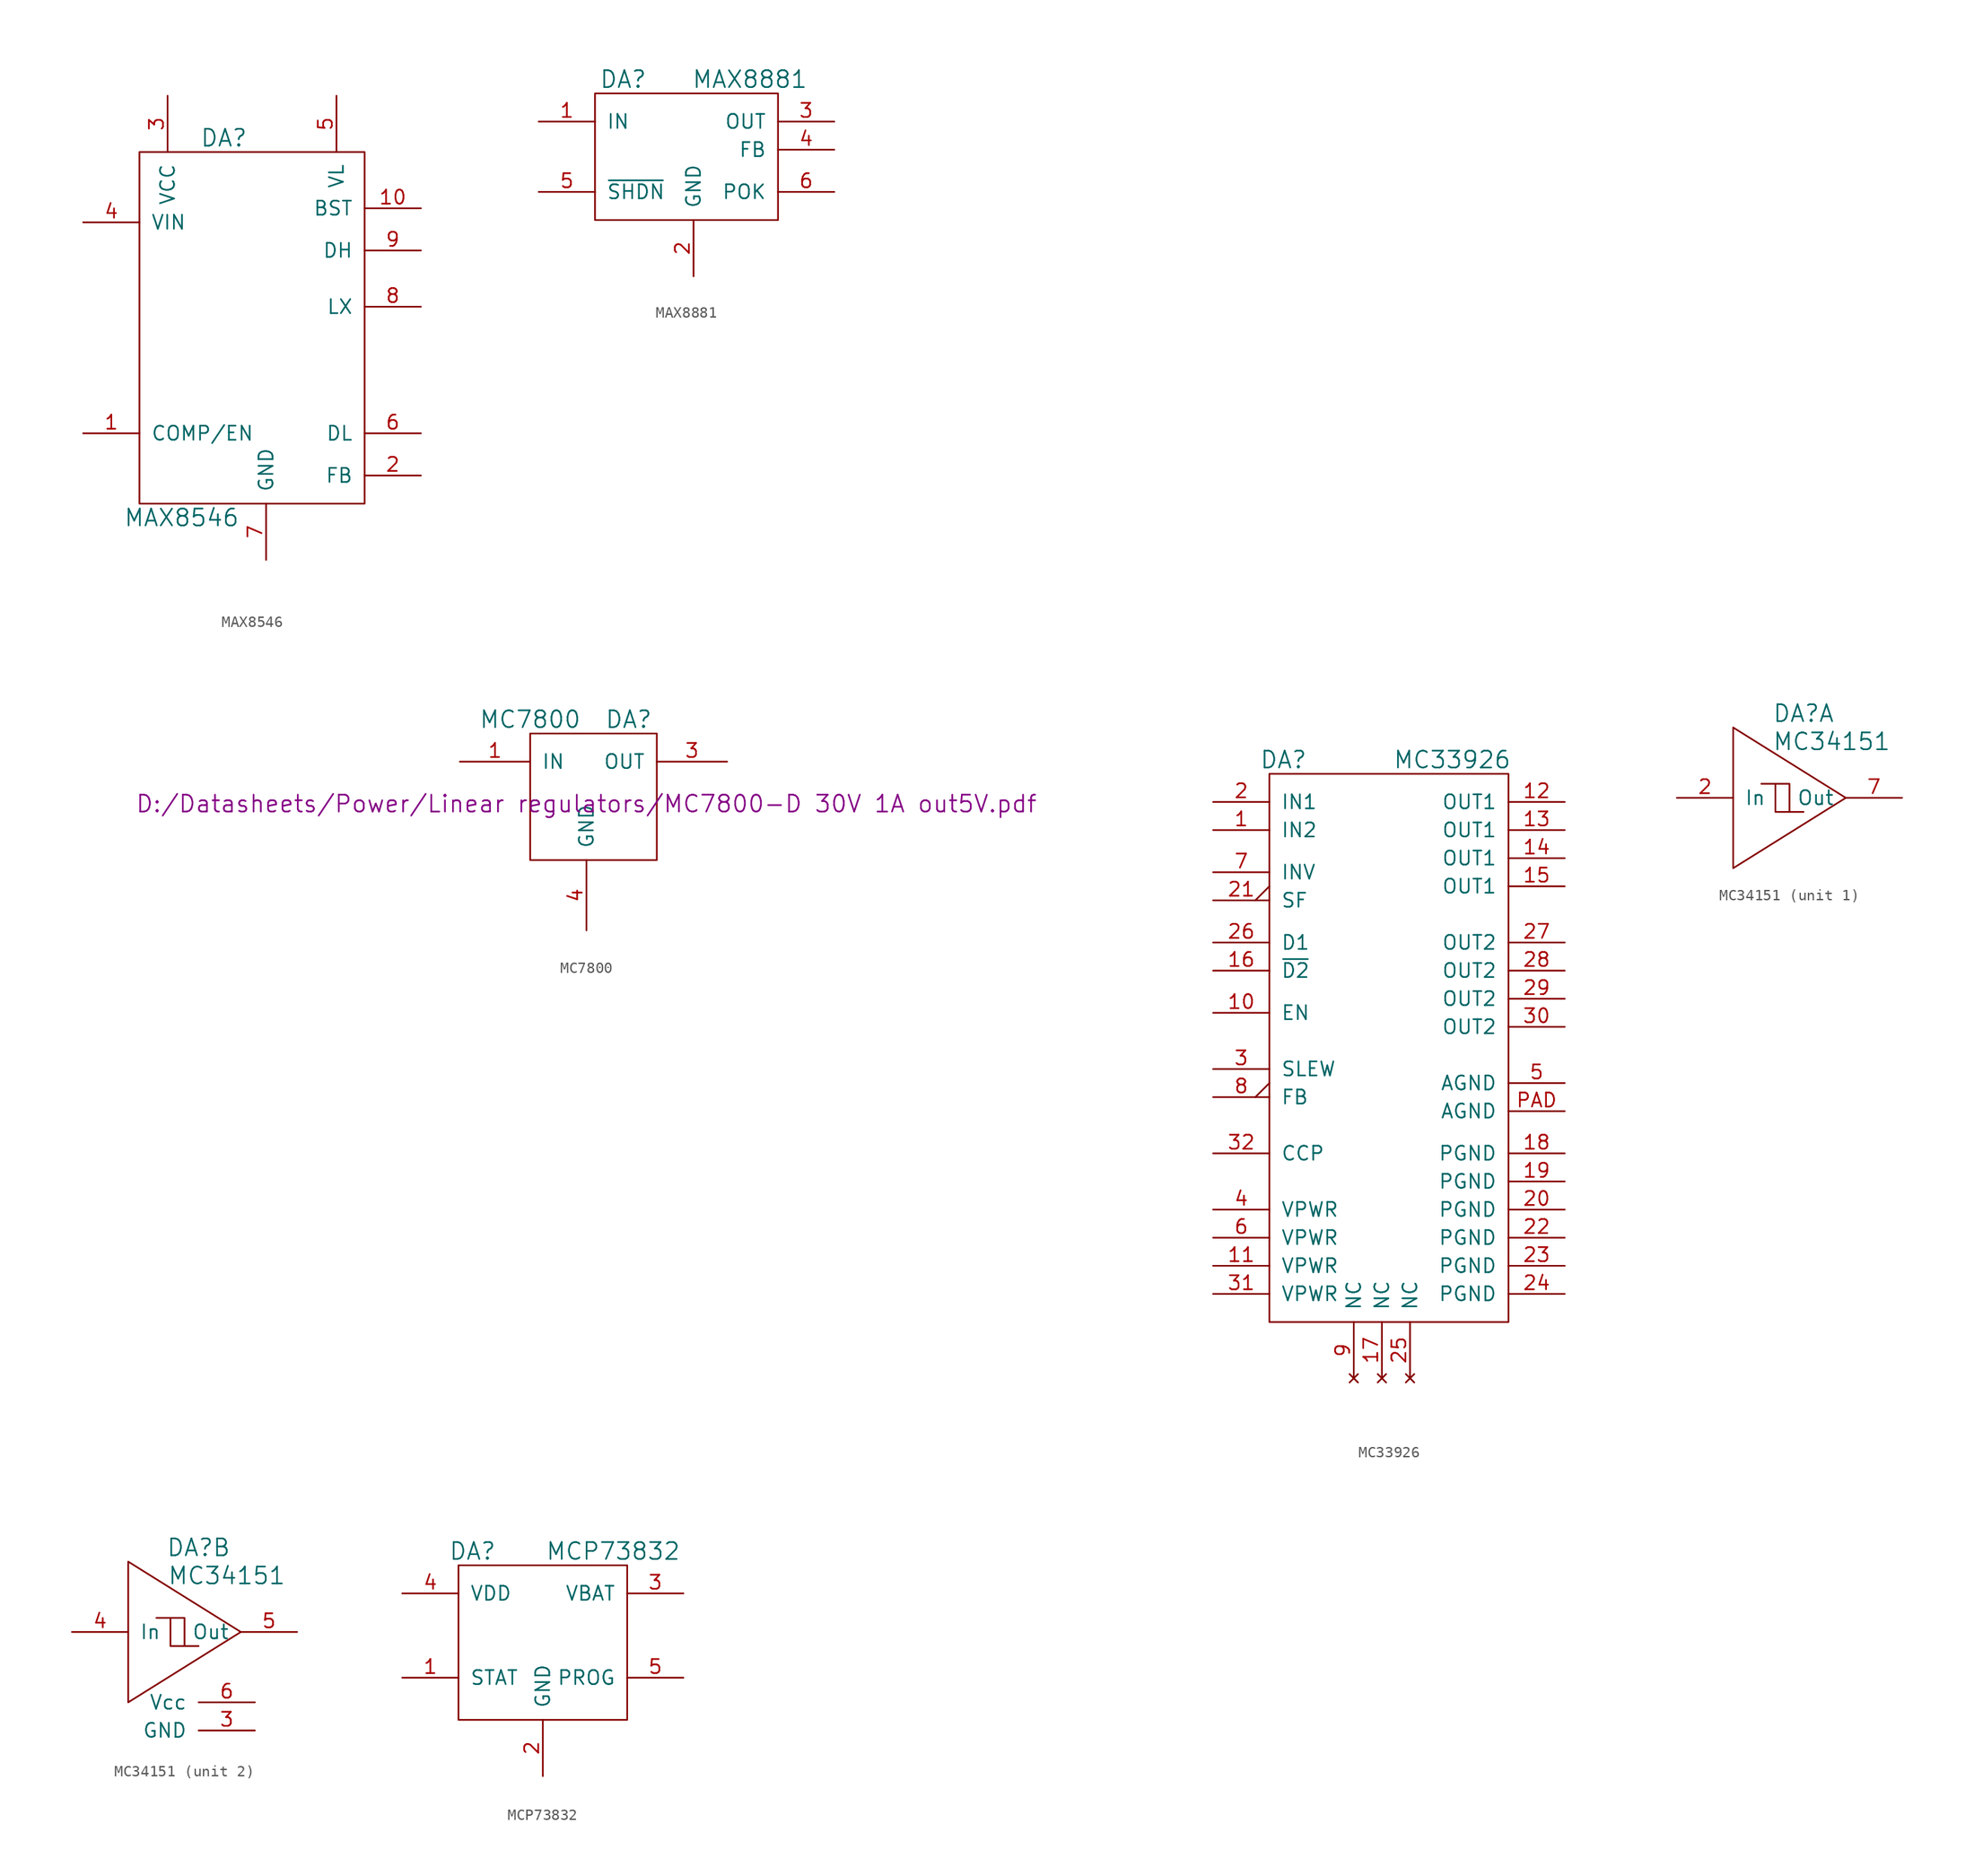
<source format=kicad_sym>
(kicad_symbol_lib
  (version 20231120)
  (generator "kicad_symbol_editor")
  (generator_version "8.0")
  (symbol "MAX8546"
    (pin_names
      (offset 1.016))
    (property "Reference" "DA"
      (at -3.81 16.51 0)
      (effects (font (size 1.524 1.524))))
    (property "Value" "MAX8546"
      (at -7.62 -17.78 0)
      (effects (font (size 1.524 1.524))))
    (property "Datasheet" ""
      (at 0 0 0)
      (effects (font (size 1.524 1.524))))
    (symbol "MAX8546_0_1"
      (rectangle (start -11.43 15.24) (end 8.89 -16.51) (stroke (width 0) (type default)) (fill (type none))))
    (symbol "MAX8546_1_1"
      (pin passive line (at -16.51 -10.16 0) (length 5.08) (name "COMP/EN" (effects (font (size 1.27 1.27)))) (number "1" (effects (font (size 1.27 1.27)))))
      (pin passive line (at 13.97 10.16 180) (length 5.08) (name "BST" (effects (font (size 1.27 1.27)))) (number "10" (effects (font (size 1.27 1.27)))))
      (pin passive line (at 13.97 -13.97 180) (length 5.08) (name "FB" (effects (font (size 1.27 1.27)))) (number "2" (effects (font (size 1.27 1.27)))))
      (pin passive line (at -8.89 20.32 270) (length 5.08) (name "VCC" (effects (font (size 1.27 1.27)))) (number "3" (effects (font (size 1.27 1.27)))))
      (pin passive line (at -16.51 8.89 0) (length 5.08) (name "VIN" (effects (font (size 1.27 1.27)))) (number "4" (effects (font (size 1.27 1.27)))))
      (pin passive line (at 6.35 20.32 270) (length 5.08) (name "VL" (effects (font (size 1.27 1.27)))) (number "5" (effects (font (size 1.27 1.27)))))
      (pin passive line (at 13.97 -10.16 180) (length 5.08) (name "DL" (effects (font (size 1.27 1.27)))) (number "6" (effects (font (size 1.27 1.27)))))
      (pin passive line (at 0 -21.59 90) (length 5.08) (name "GND" (effects (font (size 1.27 1.27)))) (number "7" (effects (font (size 1.27 1.27)))))
      (pin passive line (at 13.97 1.27 180) (length 5.08) (name "LX" (effects (font (size 1.27 1.27)))) (number "8" (effects (font (size 1.27 1.27)))))
      (pin passive line (at 13.97 6.35 180) (length 5.08) (name "DH" (effects (font (size 1.27 1.27)))) (number "9" (effects (font (size 1.27 1.27)))))))
  (symbol "MAX8881"
    (pin_names
      (offset 1.016))
    (property "Reference" "DA"
      (at -5.08 6.35 0)
      (effects (font (size 1.524 1.524))))
    (property "Value" "MAX8881"
      (at 6.35 6.35 0)
      (effects (font (size 1.524 1.524))))
    (property "Footprint" ""
      (at 0 0 0)
      (effects (font (size 1.524 1.524))))
    (property "Datasheet" ""
      (at 0 0 0)
      (effects (font (size 1.524 1.524))))
    (symbol "MAX8881_0_1"
      (rectangle (start -7.62 5.08) (end 8.89 -6.35) (stroke (width 0) (type default)) (fill (type none))))
    (symbol "MAX8881_1_1"
      (pin power_in line (at -12.7 2.54 0) (length 5.08) (name "IN" (effects (font (size 1.27 1.27)))) (number "1" (effects (font (size 1.27 1.27)))))
      (pin power_in line (at 1.27 -11.43 90) (length 5.08) (name "GND" (effects (font (size 1.27 1.27)))) (number "2" (effects (font (size 1.27 1.27)))))
      (pin power_out line (at 13.97 2.54 180) (length 5.08) (name "OUT" (effects (font (size 1.27 1.27)))) (number "3" (effects (font (size 1.27 1.27)))))
      (pin passive line (at 13.97 0 180) (length 5.08) (name "FB" (effects (font (size 1.27 1.27)))) (number "4" (effects (font (size 1.27 1.27)))))
      (pin passive line (at -12.7 -3.81 0) (length 5.08) (name "~{SHDN}" (effects (font (size 1.27 1.27)))) (number "5" (effects (font (size 1.27 1.27)))))
      (pin passive line (at 13.97 -3.81 180) (length 5.08) (name "POK" (effects (font (size 1.27 1.27)))) (number "6" (effects (font (size 1.27 1.27)))))))
  (symbol "MC7800"
    (pin_names
      (offset 1.016))
    (property "Reference" "DA"
      (at 3.81 7.62 0)
      (effects (font (size 1.524 1.524))))
    (property "Value" "MC7800"
      (at -5.08 7.62 0)
      (effects (font (size 1.524 1.524))))
    (property "Footprint" ""
      (at 0 0 0)
      (effects (font (size 1.524 1.524))))
    (property "Datasheet" "D:/Datasheets/Power/Linear regulators/MC7800-D 30V 1A out5V.pdf"
      (at 0 0 0)
      (effects (font (size 1.524 1.524))))
    (symbol "MC7800_0_1"
      (rectangle (start -5.08 6.35) (end 6.35 -5.08) (stroke (width 0) (type default)) (fill (type none))))
    (symbol "MC7800_1_1"
      (pin power_in line (at -11.43 3.81 0) (length 6.35) (name "IN" (effects (font (size 1.27 1.27)))) (number "1" (effects (font (size 1.27 1.27)))))
      (pin power_out line (at 12.7 3.81 180) (length 6.35) (name "OUT" (effects (font (size 1.27 1.27)))) (number "3" (effects (font (size 1.27 1.27)))))
      (pin passive line (at 0 -11.43 90) (length 6.35) (name "GND" (effects (font (size 1.27 1.27)))) (number "4" (effects (font (size 1.27 1.27)))))))
  (symbol "MC33926"
    (pin_names
      (offset 1.016))
    (property "Reference" "DA"
      (at -8.89 26.67 0)
      (effects (font (size 1.524 1.524))))
    (property "Value" "MC33926"
      (at 6.35 26.67 0)
      (effects (font (size 1.524 1.524))))
    (property "Datasheet" ""
      (at 0 0 0)
      (effects (font (size 1.524 1.524))))
    (symbol "MC33926_0_1"
      (rectangle (start -10.16 25.4) (end 11.43 -24.13) (stroke (width 0) (type default)) (fill (type none))))
    (symbol "MC33926_1_1"
      (pin passive line (at -15.24 20.32 0) (length 5.08) (name "IN2" (effects (font (size 1.27 1.27)))) (number "1" (effects (font (size 1.27 1.27)))))
      (pin passive line (at -15.24 3.81 0) (length 5.08) (name "EN" (effects (font (size 1.27 1.27)))) (number "10" (effects (font (size 1.27 1.27)))))
      (pin power_in line (at -15.24 -19.05 0) (length 5.08) (name "VPWR" (effects (font (size 1.27 1.27)))) (number "11" (effects (font (size 1.27 1.27)))))
      (pin passive line (at 16.51 22.86 180) (length 5.08) (name "OUT1" (effects (font (size 1.27 1.27)))) (number "12" (effects (font (size 1.27 1.27)))))
      (pin passive line (at 16.51 20.32 180) (length 5.08) (name "OUT1" (effects (font (size 1.27 1.27)))) (number "13" (effects (font (size 1.27 1.27)))))
      (pin passive line (at 16.51 17.78 180) (length 5.08) (name "OUT1" (effects (font (size 1.27 1.27)))) (number "14" (effects (font (size 1.27 1.27)))))
      (pin passive line (at 16.51 15.24 180) (length 5.08) (name "OUT1" (effects (font (size 1.27 1.27)))) (number "15" (effects (font (size 1.27 1.27)))))
      (pin passive line (at -15.24 7.62 0) (length 5.08) (name "~{D2}" (effects (font (size 1.27 1.27)))) (number "16" (effects (font (size 1.27 1.27)))))
      (pin no_connect line (at 0 -29.21 90) (length 5.08) (name "NC" (effects (font (size 1.27 1.27)))) (number "17" (effects (font (size 1.27 1.27)))))
      (pin power_in line (at 16.51 -8.89 180) (length 5.08) (name "PGND" (effects (font (size 1.27 1.27)))) (number "18" (effects (font (size 1.27 1.27)))))
      (pin power_in line (at 16.51 -11.43 180) (length 5.08) (name "PGND" (effects (font (size 1.27 1.27)))) (number "19" (effects (font (size 1.27 1.27)))))
      (pin passive line (at -15.24 22.86 0) (length 5.08) (name "IN1" (effects (font (size 1.27 1.27)))) (number "2" (effects (font (size 1.27 1.27)))))
      (pin power_in line (at 16.51 -13.97 180) (length 5.08) (name "PGND" (effects (font (size 1.27 1.27)))) (number "20" (effects (font (size 1.27 1.27)))))
      (pin passive output_low (at -15.24 13.97 0) (length 5.08) (name "SF" (effects (font (size 1.27 1.27)))) (number "21" (effects (font (size 1.27 1.27)))))
      (pin power_in line (at 16.51 -16.51 180) (length 5.08) (name "PGND" (effects (font (size 1.27 1.27)))) (number "22" (effects (font (size 1.27 1.27)))))
      (pin power_in line (at 16.51 -19.05 180) (length 5.08) (name "PGND" (effects (font (size 1.27 1.27)))) (number "23" (effects (font (size 1.27 1.27)))))
      (pin power_in line (at 16.51 -21.59 180) (length 5.08) (name "PGND" (effects (font (size 1.27 1.27)))) (number "24" (effects (font (size 1.27 1.27)))))
      (pin no_connect line (at 2.54 -29.21 90) (length 5.08) (name "NC" (effects (font (size 1.27 1.27)))) (number "25" (effects (font (size 1.27 1.27)))))
      (pin passive line (at -15.24 10.16 0) (length 5.08) (name "D1" (effects (font (size 1.27 1.27)))) (number "26" (effects (font (size 1.27 1.27)))))
      (pin passive line (at 16.51 10.16 180) (length 5.08) (name "OUT2" (effects (font (size 1.27 1.27)))) (number "27" (effects (font (size 1.27 1.27)))))
      (pin passive line (at 16.51 7.62 180) (length 5.08) (name "OUT2" (effects (font (size 1.27 1.27)))) (number "28" (effects (font (size 1.27 1.27)))))
      (pin passive line (at 16.51 5.08 180) (length 5.08) (name "OUT2" (effects (font (size 1.27 1.27)))) (number "29" (effects (font (size 1.27 1.27)))))
      (pin passive line (at -15.24 -1.27 0) (length 5.08) (name "SLEW" (effects (font (size 1.27 1.27)))) (number "3" (effects (font (size 1.27 1.27)))))
      (pin passive line (at 16.51 2.54 180) (length 5.08) (name "OUT2" (effects (font (size 1.27 1.27)))) (number "30" (effects (font (size 1.27 1.27)))))
      (pin power_in line (at -15.24 -21.59 0) (length 5.08) (name "VPWR" (effects (font (size 1.27 1.27)))) (number "31" (effects (font (size 1.27 1.27)))))
      (pin passive line (at -15.24 -8.89 0) (length 5.08) (name "CCP" (effects (font (size 1.27 1.27)))) (number "32" (effects (font (size 1.27 1.27)))))
      (pin power_in line (at -15.24 -13.97 0) (length 5.08) (name "VPWR" (effects (font (size 1.27 1.27)))) (number "4" (effects (font (size 1.27 1.27)))))
      (pin power_in line (at 16.51 -2.54 180) (length 5.08) (name "AGND" (effects (font (size 1.27 1.27)))) (number "5" (effects (font (size 1.27 1.27)))))
      (pin power_in line (at -15.24 -16.51 0) (length 5.08) (name "VPWR" (effects (font (size 1.27 1.27)))) (number "6" (effects (font (size 1.27 1.27)))))
      (pin passive line (at -15.24 16.51 0) (length 5.08) (name "INV" (effects (font (size 1.27 1.27)))) (number "7" (effects (font (size 1.27 1.27)))))
      (pin passive output_low (at -15.24 -3.81 0) (length 5.08) (name "FB" (effects (font (size 1.27 1.27)))) (number "8" (effects (font (size 1.27 1.27)))))
      (pin no_connect line (at -2.54 -29.21 90) (length 5.08) (name "NC" (effects (font (size 1.27 1.27)))) (number "9" (effects (font (size 1.27 1.27)))))
      (pin power_in line (at 16.51 -5.08 180) (length 5.08) (name "AGND" (effects (font (size 1.27 1.27)))) (number "PAD" (effects (font (size 1.27 1.27)))))))
  (symbol "MC34151"
    (pin_names
      (offset 1.016))
    (property "Reference" "DA"
      (at 1.27 7.62 0)
      (effects (font (size 1.524 1.524))))
    (property "Value" "MC34151"
      (at 3.81 5.08 0)
      (effects (font (size 1.524 1.524))))
    (property "Footprint" ""
      (at 0 0 0)
      (effects (font (size 1.524 1.524))))
    (property "Datasheet" ""
      (at 0 0 0)
      (effects (font (size 1.524 1.524))))
    (symbol "MC34151_0_1"
      (polyline (pts (xy -5.08 0) (xy -5.08 6.35) (xy 5.08 0) (xy -5.08 -6.35) (xy -5.08 0)) (stroke (width 0) (type default)) (fill (type none)))
      (polyline (pts (xy -2.54 1.27) (xy 0 1.27) (xy 0 -1.27) (xy 1.27 -1.27) (xy -1.27 -1.27) (xy -1.27 1.27)) (stroke (width 0) (type default)) (fill (type none))))
    (symbol "MC34151_1_1"
      (pin passive line (at -10.16 0 0) (length 5.08) (name "In" (effects (font (size 1.27 1.27)))) (number "2" (effects (font (size 1.27 1.27)))))
      (pin passive line (at 10.16 0 180) (length 5.08) (name "Out" (effects (font (size 1.27 1.27)))) (number "7" (effects (font (size 1.27 1.27))))))
    (symbol "MC34151_2_1"
      (pin power_in line (at 6.35 -8.89 180) (length 5.08) (name "GND" (effects (font (size 1.27 1.27)))) (number "3" (effects (font (size 1.27 1.27)))))
      (pin passive line (at -10.16 0 0) (length 5.08) (name "In" (effects (font (size 1.27 1.27)))) (number "4" (effects (font (size 1.27 1.27)))))
      (pin passive line (at 10.16 0 180) (length 5.08) (name "Out" (effects (font (size 1.27 1.27)))) (number "5" (effects (font (size 1.27 1.27)))))
      (pin power_in line (at 6.35 -6.35 180) (length 5.08) (name "Vcc" (effects (font (size 1.27 1.27)))) (number "6" (effects (font (size 1.27 1.27)))))))
  (symbol "MCP73832"
    (pin_names
      (offset 1.016))
    (property "Reference" "DA"
      (at -6.35 7.62 0)
      (effects (font (size 1.524 1.524))))
    (property "Value" "MCP73832"
      (at 6.35 7.62 0)
      (effects (font (size 1.524 1.524))))
    (symbol "MCP73832_0_1"
      (rectangle (start -7.62 6.35) (end 7.62 -7.62) (stroke (width 0) (type default)) (fill (type none))))
    (symbol "MCP73832_1_1"
      (pin passive line (at -12.7 -3.81 0) (length 5.08) (name "STAT" (effects (font (size 1.27 1.27)))) (number "1" (effects (font (size 1.27 1.27)))))
      (pin power_in line (at 0 -12.7 90) (length 5.08) (name "GND" (effects (font (size 1.27 1.27)))) (number "2" (effects (font (size 1.27 1.27)))))
      (pin passive line (at 12.7 3.81 180) (length 5.08) (name "VBAT" (effects (font (size 1.27 1.27)))) (number "3" (effects (font (size 1.27 1.27)))))
      (pin power_in line (at -12.7 3.81 0) (length 5.08) (name "VDD" (effects (font (size 1.27 1.27)))) (number "4" (effects (font (size 1.27 1.27)))))
      (pin passive line (at 12.7 -3.81 180) (length 5.08) (name "PROG" (effects (font (size 1.27 1.27)))) (number "5" (effects (font (size 1.27 1.27))))))))
</source>
